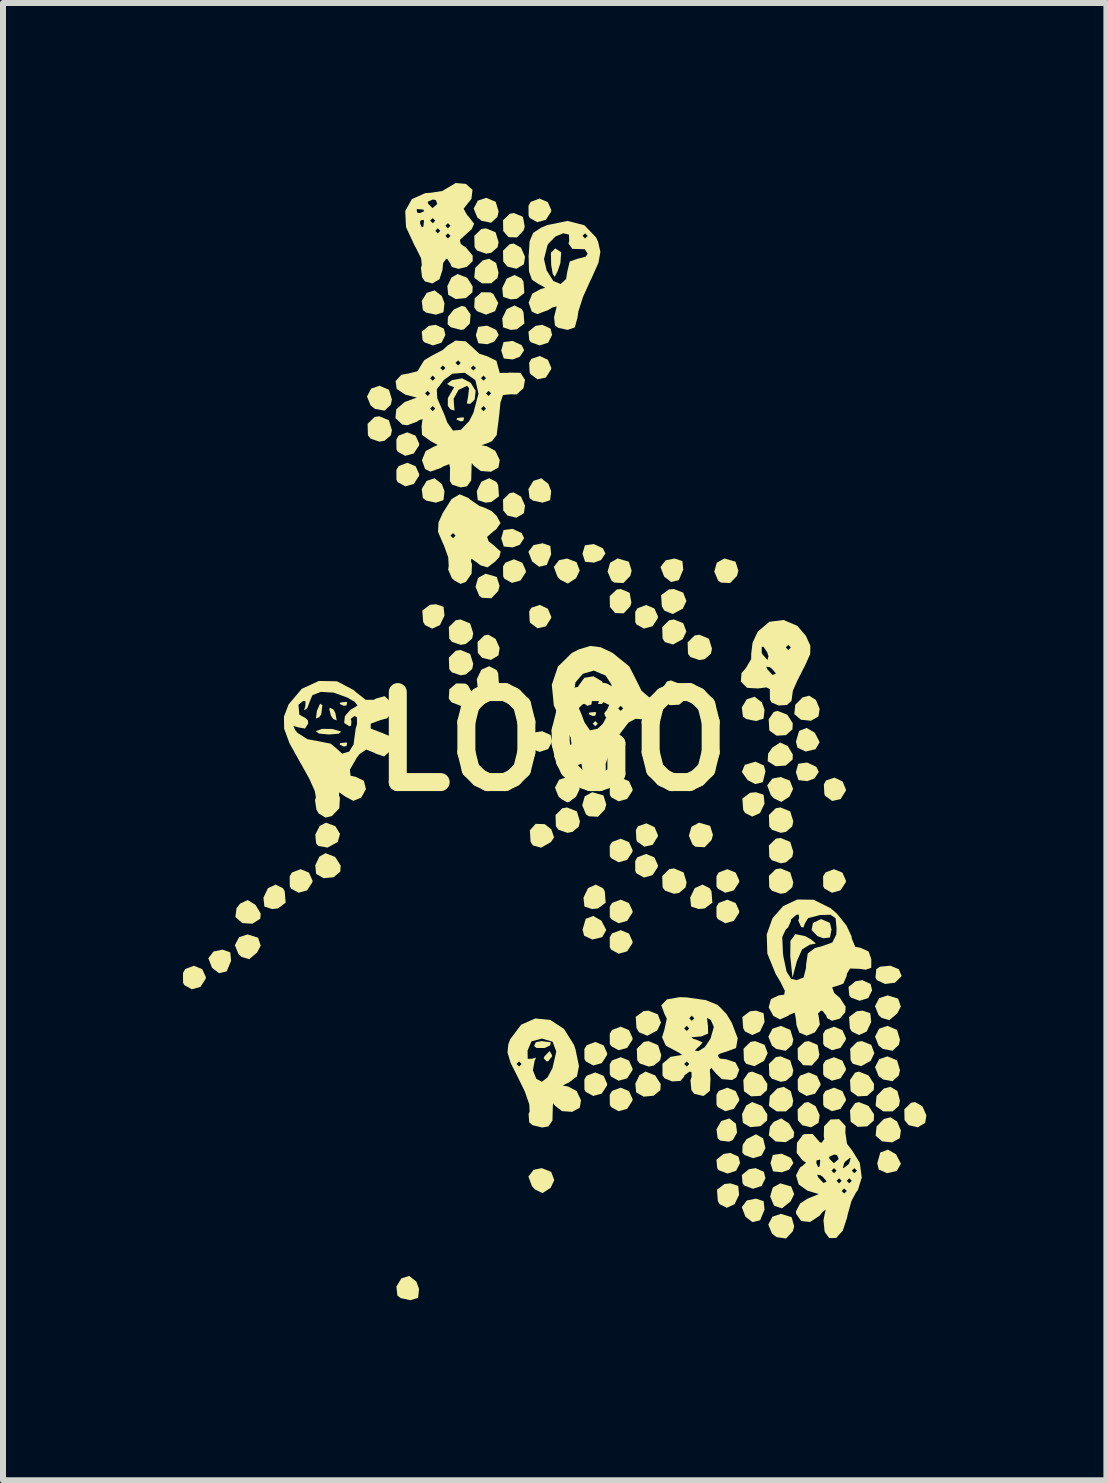
<source format=kicad_pcb>
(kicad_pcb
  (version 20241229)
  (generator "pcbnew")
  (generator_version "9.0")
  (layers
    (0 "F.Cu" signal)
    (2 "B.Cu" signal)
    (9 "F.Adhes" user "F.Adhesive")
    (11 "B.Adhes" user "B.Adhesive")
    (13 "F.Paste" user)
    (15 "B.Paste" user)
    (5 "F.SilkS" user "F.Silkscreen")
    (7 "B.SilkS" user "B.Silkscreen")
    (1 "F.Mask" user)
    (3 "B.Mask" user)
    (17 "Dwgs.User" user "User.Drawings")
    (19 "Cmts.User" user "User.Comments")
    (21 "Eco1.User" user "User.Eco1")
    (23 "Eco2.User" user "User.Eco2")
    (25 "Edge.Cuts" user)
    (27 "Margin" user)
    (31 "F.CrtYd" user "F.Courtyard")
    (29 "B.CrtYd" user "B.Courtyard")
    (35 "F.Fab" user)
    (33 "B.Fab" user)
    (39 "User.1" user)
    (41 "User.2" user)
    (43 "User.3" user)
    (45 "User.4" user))
  (footprint "LOGO"
    (layer "F.Cu")
    (at 6.151 9.306)
    (property "Reference" "LOGO" (at 0 0 0) (layer "F.SilkS") (effects (font (size 1.5 1.5) (thickness 0.3))))
    (attr board_only exclude_from_pos_files exclude_from_bom)
    (fp_poly (pts (xy 0.762 -0.296) (xy 0.72 -0.254) (xy 0.677 -0.296) (xy 0.72 -0.339)) (stroke (width 0) (type solid)) (fill yes) (layer "F.SilkS"))
    (fp_poly (pts (xy -3.415 -0.649) (xy -3.427 -0.599) (xy -3.471 -0.593) (xy -3.541 -0.624) (xy -3.528 -0.649) (xy -3.427 -0.659)) (stroke (width 0) (type solid)) (fill yes) (layer "F.SilkS"))
    (fp_poly (pts (xy -3.415 0.028) (xy -3.427 0.079) (xy -3.471 0.085) (xy -3.541 0.054) (xy -3.528 0.028) (xy -3.427 0.018)) (stroke (width 0) (type solid)) (fill yes) (layer "F.SilkS"))
    (fp_poly (pts (xy -1.468 -5.39) (xy -1.479 -5.34) (xy -1.524 -5.334) (xy -1.594 -5.365) (xy -1.58 -5.39) (xy -1.48 -5.401)) (stroke (width 0) (type solid)) (fill yes) (layer "F.SilkS"))
    (fp_poly (pts (xy 0.734 -0.48) (xy 0.722 -0.429) (xy 0.677 -0.423) (xy 0.608 -0.454) (xy 0.621 -0.48) (xy 0.721 -0.49)) (stroke (width 0) (type solid)) (fill yes) (layer "F.SilkS"))
    (fp_poly (pts (xy -3.828 -0.604) (xy -3.847 -0.451) (xy -3.88 -0.404) (xy -3.936 -0.382) (xy -3.92 -0.506) (xy -3.917 -0.515) (xy -3.867 -0.628)) (stroke (width 0) (type solid)) (fill yes) (layer "F.SilkS"))
    (fp_poly (pts (xy -3.643 -0.531) (xy -3.611 -0.469) (xy -3.59 -0.35) (xy -3.647 -0.373) (xy -3.686 -0.429) (xy -3.713 -0.54) (xy -3.702 -0.56)) (stroke (width 0) (type solid)) (fill yes) (layer "F.SilkS"))
    (fp_poly (pts (xy -0.022 5.014) (xy -0.031 5.065) (xy -0.124 5.11) (xy -0.261 5.109) (xy -0.299 5.076) (xy -0.271 5.013) (xy -0.174 4.995)) (stroke (width 0) (type solid)) (fill yes) (layer "F.SilkS"))
    (fp_poly (pts (xy -5.364 3.515) (xy -5.349 3.655) (xy -5.423 3.833) (xy -5.55 3.863) (xy -5.667 3.774) (xy -5.729 3.614) (xy -5.643 3.502) (xy -5.492 3.471)) (stroke (width 0) (type solid)) (fill yes) (layer "F.SilkS"))
    (fp_poly (pts (xy -0.03 -3.259) (xy -0.015 -3.118) (xy -0.089 -2.941) (xy -0.216 -2.91) (xy -0.333 -2.999) (xy -0.395 -3.16) (xy -0.309 -3.272) (xy -0.158 -3.302)) (stroke (width 0) (type solid)) (fill yes) (layer "F.SilkS"))
    (fp_poly (pts (xy -0.001 5.23) (xy 0 5.249) (xy -0.065 5.331) (xy -0.09 5.334) (xy -0.14 5.282) (xy -0.127 5.249) (xy -0.051 5.169) (xy -0.037 5.165)) (stroke (width 0) (type solid)) (fill yes) (layer "F.SilkS"))
    (fp_poly (pts (xy 0.822 2.988) (xy 0.903 3.144) (xy 0.835 3.263) (xy 0.672 3.302) (xy 0.534 3.239) (xy 0.508 3.138) (xy 0.56 2.957) (xy 0.686 2.909)) (stroke (width 0) (type solid)) (fill yes) (layer "F.SilkS"))
    (fp_poly (pts (xy 2.172 -3.005) (xy 2.186 -2.864) (xy 2.112 -2.687) (xy 1.985 -2.656) (xy 1.868 -2.745) (xy 1.806 -2.906) (xy 1.892 -3.018) (xy 2.043 -3.048)) (stroke (width 0) (type solid)) (fill yes) (layer "F.SilkS"))
    (fp_poly (pts (xy 3.526 7.663) (xy 3.541 7.804) (xy 3.467 7.981) (xy 3.34 8.012) (xy 3.223 7.923) (xy 3.161 7.762) (xy 3.247 7.65) (xy 3.398 7.62)) (stroke (width 0) (type solid)) (fill yes) (layer "F.SilkS"))
    (fp_poly (pts (xy 4.378 -0.145) (xy 4.459 0.012) (xy 4.391 0.13) (xy 4.228 0.169) (xy 4.09 0.106) (xy 4.064 0.005) (xy 4.116 -0.175) (xy 4.242 -0.224)) (stroke (width 0) (type solid)) (fill yes) (layer "F.SilkS"))
    (fp_poly (pts (xy 5.733 6.882) (xy 5.814 7.039) (xy 5.745 7.158) (xy 5.583 7.197) (xy 5.444 7.134) (xy 5.419 7.032) (xy 5.47 6.852) (xy 5.597 6.803)) (stroke (width 0) (type solid)) (fill yes) (layer "F.SilkS"))
    (fp_poly (pts (xy -4.901 3.271) (xy -4.856 3.402) (xy -4.914 3.517) (xy -5.048 3.63) (xy -5.175 3.592) (xy -5.226 3.546) (xy -5.287 3.396) (xy -5.217 3.264) (xy -5.076 3.217)) (stroke (width 0) (type solid)) (fill yes) (layer "F.SilkS"))
    (fp_poly (pts (xy -4.485 2.447) (xy -4.455 2.501) (xy -4.441 2.688) (xy -4.568 2.784) (xy -4.668 2.794) (xy -4.795 2.752) (xy -4.811 2.604) (xy -4.735 2.446) (xy -4.606 2.387)) (stroke (width 0) (type solid)) (fill yes) (layer "F.SilkS"))
    (fp_poly (pts (xy -3.615 1.926) (xy -3.524 2.069) (xy -3.529 2.169) (xy -3.64 2.264) (xy -3.807 2.28) (xy -3.932 2.209) (xy -3.947 2.064) (xy -3.877 1.919) (xy -3.776 1.863)) (stroke (width 0) (type solid)) (fill yes) (layer "F.SilkS"))
    (fp_poly (pts (xy -2.718 -5.86) (xy -2.669 -5.696) (xy -2.689 -5.609) (xy -2.794 -5.512) (xy -2.952 -5.542) (xy -3.024 -5.598) (xy -3.085 -5.748) (xy -3.015 -5.88) (xy -2.877 -5.927)) (stroke (width 0) (type solid)) (fill yes) (layer "F.SilkS"))
    (fp_poly (pts (xy -2.262 9.003) (xy -2.217 9.124) (xy -2.233 9.273) (xy -2.36 9.313) (xy -2.522 9.279) (xy -2.578 9.236) (xy -2.595 9.086) (xy -2.513 8.95) (xy -2.381 8.908)) (stroke (width 0) (type solid)) (fill yes) (layer "F.SilkS"))
    (fp_poly (pts (xy -1.838 -7.423) (xy -1.793 -7.302) (xy -1.81 -7.152) (xy -1.936 -7.112) (xy -2.099 -7.146) (xy -2.154 -7.189) (xy -2.172 -7.34) (xy -2.09 -7.475) (xy -1.958 -7.517)) (stroke (width 0) (type solid)) (fill yes) (layer "F.SilkS"))
    (fp_poly (pts (xy -1.838 -4.29) (xy -1.793 -4.169) (xy -1.81 -4.02) (xy -1.936 -3.979) (xy -2.099 -4.013) (xy -2.154 -4.056) (xy -2.172 -4.207) (xy -2.09 -4.342) (xy -1.958 -4.385)) (stroke (width 0) (type solid)) (fill yes) (layer "F.SilkS"))
    (fp_poly (pts (xy -1.809 -2.244) (xy -1.793 -2.096) (xy -1.869 -1.938) (xy -1.998 -1.879) (xy -2.119 -1.939) (xy -2.149 -1.993) (xy -2.163 -2.18) (xy -2.036 -2.276) (xy -1.936 -2.286)) (stroke (width 0) (type solid)) (fill yes) (layer "F.SilkS"))
    (fp_poly (pts (xy -1.804 -6.88) (xy -1.778 -6.773) (xy -1.843 -6.645) (xy -1.986 -6.599) (xy -2.129 -6.651) (xy -2.159 -6.689) (xy -2.172 -6.829) (xy -2.054 -6.925) (xy -1.942 -6.943)) (stroke (width 0) (type solid)) (fill yes) (layer "F.SilkS"))
    (fp_poly (pts (xy -1.446 -0.964) (xy -1.402 -0.936) (xy -1.321 -0.788) (xy -1.372 -0.65) (xy -1.524 -0.593) (xy -1.677 -0.652) (xy -1.722 -0.713) (xy -1.712 -0.868) (xy -1.599 -0.966)) (stroke (width 0) (type solid)) (fill yes) (layer "F.SilkS"))
    (fp_poly (pts (xy -1.414 -7.726) (xy -1.323 -7.583) (xy -1.328 -7.483) (xy -1.439 -7.388) (xy -1.606 -7.372) (xy -1.731 -7.443) (xy -1.746 -7.588) (xy -1.676 -7.733) (xy -1.574 -7.789)) (stroke (width 0) (type solid)) (fill yes) (layer "F.SilkS"))
    (fp_poly (pts (xy -1.023 -7.483) (xy -0.979 -7.455) (xy -0.897 -7.307) (xy -0.949 -7.17) (xy -1.101 -7.112) (xy -1.253 -7.171) (xy -1.298 -7.233) (xy -1.289 -7.387) (xy -1.175 -7.486)) (stroke (width 0) (type solid)) (fill yes) (layer "F.SilkS"))
    (fp_poly (pts (xy -0.941 -1.708) (xy -0.874 -1.558) (xy -0.894 -1.432) (xy -1.019 -1.358) (xy -1.168 -1.393) (xy -1.238 -1.478) (xy -1.242 -1.657) (xy -1.128 -1.767) (xy -1.062 -1.778)) (stroke (width 0) (type solid)) (fill yes) (layer "F.SilkS"))
    (fp_poly (pts (xy -0.94 -8.993) (xy -0.891 -8.829) (xy -0.911 -8.742) (xy -1.016 -8.644) (xy -1.174 -8.675) (xy -1.246 -8.731) (xy -1.307 -8.881) (xy -1.237 -9.013) (xy -1.099 -9.059)) (stroke (width 0) (type solid)) (fill yes) (layer "F.SilkS"))
    (fp_poly (pts (xy -0.929 -4.326) (xy -0.899 -4.272) (xy -0.885 -4.085) (xy -1.012 -3.99) (xy -1.112 -3.979) (xy -1.239 -4.022) (xy -1.255 -4.169) (xy -1.179 -4.328) (xy -1.05 -4.386)) (stroke (width 0) (type solid)) (fill yes) (layer "F.SilkS"))
    (fp_poly (pts (xy -0.929 -1.193) (xy -0.899 -1.14) (xy -0.885 -0.953) (xy -1.012 -0.857) (xy -1.112 -0.847) (xy -1.239 -0.889) (xy -1.255 -1.036) (xy -1.179 -1.195) (xy -1.05 -1.253)) (stroke (width 0) (type solid)) (fill yes) (layer "F.SilkS"))
    (fp_poly (pts (xy -0.518 -8.228) (xy -0.451 -8.077) (xy -0.47 -7.951) (xy -0.596 -7.877) (xy -0.745 -7.913) (xy -0.814 -7.997) (xy -0.818 -8.177) (xy -0.705 -8.287) (xy -0.639 -8.297)) (stroke (width 0) (type solid)) (fill yes) (layer "F.SilkS"))
    (fp_poly (pts (xy -0.518 -4.079) (xy -0.451 -3.929) (xy -0.47 -3.802) (xy -0.596 -3.728) (xy -0.745 -3.764) (xy -0.814 -3.848) (xy -0.818 -4.028) (xy -0.705 -4.138) (xy -0.639 -4.149)) (stroke (width 0) (type solid)) (fill yes) (layer "F.SilkS"))
    (fp_poly (pts (xy -0.506 -7.713) (xy -0.476 -7.659) (xy -0.462 -7.472) (xy -0.588 -7.376) (xy -0.688 -7.366) (xy -0.816 -7.408) (xy -0.831 -7.556) (xy -0.755 -7.714) (xy -0.626 -7.773)) (stroke (width 0) (type solid)) (fill yes) (layer "F.SilkS"))
    (fp_poly (pts (xy -0.506 -7.205) (xy -0.476 -7.151) (xy -0.462 -6.964) (xy -0.588 -6.868) (xy -0.688 -6.858) (xy -0.816 -6.9) (xy -0.831 -7.048) (xy -0.755 -7.206) (xy -0.626 -7.265)) (stroke (width 0) (type solid)) (fill yes) (layer "F.SilkS"))
    (fp_poly (pts (xy -0.486 -8.743) (xy -0.456 -8.581) (xy -0.474 -8.517) (xy -0.585 -8.399) (xy -0.727 -8.404) (xy -0.814 -8.505) (xy -0.818 -8.686) (xy -0.702 -8.795) (xy -0.635 -8.805)) (stroke (width 0) (type solid)) (fill yes) (layer "F.SilkS"))
    (fp_poly (pts (xy -0.122 1.379) (xy -0.012 1.467) (xy 0.033 1.6) (xy -0.019 1.678) (xy -0.183 1.771) (xy -0.32 1.734) (xy -0.359 1.672) (xy -0.37 1.482) (xy -0.274 1.374)) (stroke (width 0) (type solid)) (fill yes) (layer "F.SilkS"))
    (fp_poly (pts (xy -0.06 -4.29) (xy -0.015 -4.169) (xy -0.032 -4.02) (xy -0.158 -3.979) (xy -0.321 -4.013) (xy -0.376 -4.056) (xy -0.394 -4.207) (xy -0.312 -4.342) (xy -0.18 -4.385)) (stroke (width 0) (type solid)) (fill yes) (layer "F.SilkS"))
    (fp_poly (pts (xy -0.026 -6.88) (xy 0 -6.773) (xy -0.065 -6.645) (xy -0.208 -6.599) (xy -0.351 -6.651) (xy -0.381 -6.689) (xy -0.394 -6.829) (xy -0.276 -6.925) (xy -0.164 -6.943)) (stroke (width 0) (type solid)) (fill yes) (layer "F.SilkS"))
    (fp_poly (pts (xy -0.026 -0.107) (xy 0 0) (xy -0.065 0.128) (xy -0.208 0.175) (xy -0.351 0.122) (xy -0.381 0.085) (xy -0.394 -0.056) (xy -0.276 -0.152) (xy -0.164 -0.169)) (stroke (width 0) (type solid)) (fill yes) (layer "F.SilkS"))
    (fp_poly (pts (xy -0.016 7.173) (xy 0.037 7.312) (xy -0.024 7.44) (xy -0.16 7.529) (xy -0.286 7.467) (xy -0.336 7.412) (xy -0.395 7.252) (xy -0.308 7.14) (xy -0.173 7.112)) (stroke (width 0) (type solid)) (fill yes) (layer "F.SilkS"))
    (fp_poly (pts (xy 0.152 -8.152) (xy 0.138 -7.969) (xy 0.091 -7.832) (xy 0.044 -7.741) (xy 0.011 -7.789) (xy -0.015 -7.938) (xy -0.02 -8.143) (xy 0.05 -8.212) (xy 0.057 -8.213)) (stroke (width 0) (type solid)) (fill yes) (layer "F.SilkS"))
    (fp_poly (pts (xy 0.407 -2.987) (xy 0.461 -2.848) (xy 0.4 -2.72) (xy 0.263 -2.631) (xy 0.138 -2.693) (xy 0.088 -2.748) (xy 0.029 -2.908) (xy 0.115 -3.02) (xy 0.25 -3.048)) (stroke (width 0) (type solid)) (fill yes) (layer "F.SilkS"))
    (fp_poly (pts (xy 0.849 2.447) (xy 0.879 2.501) (xy 0.893 2.688) (xy 0.766 2.784) (xy 0.666 2.794) (xy 0.539 2.752) (xy 0.523 2.604) (xy 0.599 2.446) (xy 0.728 2.387)) (stroke (width 0) (type solid)) (fill yes) (layer "F.SilkS"))
    (fp_poly (pts (xy 1.292 -2.477) (xy 1.322 -2.316) (xy 1.304 -2.251) (xy 1.193 -2.134) (xy 1.051 -2.139) (xy 0.964 -2.24) (xy 0.96 -2.42) (xy 1.076 -2.53) (xy 1.143 -2.54)) (stroke (width 0) (type solid)) (fill yes) (layer "F.SilkS"))
    (fp_poly (pts (xy 1.719 5.567) (xy 1.81 5.71) (xy 1.805 5.81) (xy 1.694 5.905) (xy 1.527 5.921) (xy 1.402 5.85) (xy 1.387 5.705) (xy 1.457 5.56) (xy 1.558 5.503)) (stroke (width 0) (type solid)) (fill yes) (layer "F.SilkS"))
    (fp_poly (pts (xy 1.762 4.549) (xy 1.815 4.687) (xy 1.754 4.816) (xy 1.587 4.906) (xy 1.447 4.847) (xy 1.406 4.776) (xy 1.394 4.59) (xy 1.522 4.496) (xy 1.605 4.487)) (stroke (width 0) (type solid)) (fill yes) (layer "F.SilkS"))
    (fp_poly (pts (xy 2.185 -2.479) (xy 2.239 -2.34) (xy 2.178 -2.212) (xy 2.01 -2.122) (xy 1.87 -2.18) (xy 1.829 -2.251) (xy 1.817 -2.437) (xy 1.946 -2.532) (xy 2.028 -2.54)) (stroke (width 0) (type solid)) (fill yes) (layer "F.SilkS"))
    (fp_poly (pts (xy 2.186 -1.97) (xy 2.238 -1.831) (xy 2.178 -1.704) (xy 2.016 -1.615) (xy 1.879 -1.655) (xy 1.842 -1.714) (xy 1.835 -1.905) (xy 1.951 -2.019) (xy 2.03 -2.032)) (stroke (width 0) (type solid)) (fill yes) (layer "F.SilkS"))
    (fp_poly (pts (xy 2.627 2.447) (xy 2.657 2.501) (xy 2.671 2.688) (xy 2.544 2.784) (xy 2.444 2.794) (xy 2.317 2.752) (xy 2.301 2.604) (xy 2.377 2.446) (xy 2.506 2.387)) (stroke (width 0) (type solid)) (fill yes) (layer "F.SilkS"))
    (fp_poly (pts (xy 3.064 6.371) (xy 3.083 6.519) (xy 3.012 6.644) (xy 2.95 6.671) (xy 2.802 6.653) (xy 2.759 6.616) (xy 2.74 6.463) (xy 2.819 6.327) (xy 2.953 6.284)) (stroke (width 0) (type solid)) (fill yes) (layer "F.SilkS"))
    (fp_poly (pts (xy 3.102 7.408) (xy 3.117 7.556) (xy 3.041 7.714) (xy 2.912 7.773) (xy 2.792 7.713) (xy 2.762 7.659) (xy 2.748 7.472) (xy 2.874 7.376) (xy 2.974 7.366)) (stroke (width 0) (type solid)) (fill yes) (layer "F.SilkS"))
    (fp_poly (pts (xy 3.106 6.92) (xy 3.133 7.027) (xy 3.067 7.156) (xy 2.924 7.202) (xy 2.782 7.149) (xy 2.752 7.112) (xy 2.739 6.972) (xy 2.857 6.876) (xy 2.968 6.858)) (stroke (width 0) (type solid)) (fill yes) (layer "F.SilkS"))
    (fp_poly (pts (xy 3.496 -0.649) (xy 3.541 -0.528) (xy 3.524 -0.379) (xy 3.398 -0.339) (xy 3.235 -0.373) (xy 3.18 -0.416) (xy 3.162 -0.566) (xy 3.244 -0.702) (xy 3.376 -0.744)) (stroke (width 0) (type solid)) (fill yes) (layer "F.SilkS"))
    (fp_poly (pts (xy 3.497 6.075) (xy 3.588 6.218) (xy 3.583 6.318) (xy 3.472 6.413) (xy 3.305 6.429) (xy 3.18 6.358) (xy 3.165 6.213) (xy 3.235 6.068) (xy 3.336 6.011)) (stroke (width 0) (type solid)) (fill yes) (layer "F.SilkS"))
    (fp_poly (pts (xy 3.517 6.616) (xy 3.556 6.778) (xy 3.491 6.904) (xy 3.349 6.946) (xy 3.205 6.892) (xy 3.17 6.85) (xy 3.176 6.724) (xy 3.242 6.628) (xy 3.398 6.548)) (stroke (width 0) (type solid)) (fill yes) (layer "F.SilkS"))
    (fp_poly (pts (xy 3.525 0.889) (xy 3.541 1.036) (xy 3.465 1.195) (xy 3.336 1.253) (xy 3.215 1.193) (xy 3.185 1.14) (xy 3.171 0.953) (xy 3.298 0.857) (xy 3.398 0.847)) (stroke (width 0) (type solid)) (fill yes) (layer "F.SilkS"))
    (fp_poly (pts (xy 3.525 4.53) (xy 3.541 4.677) (xy 3.465 4.836) (xy 3.336 4.894) (xy 3.215 4.834) (xy 3.185 4.78) (xy 3.171 4.593) (xy 3.298 4.498) (xy 3.398 4.487)) (stroke (width 0) (type solid)) (fill yes) (layer "F.SilkS"))
    (fp_poly (pts (xy 3.53 7.174) (xy 3.556 7.281) (xy 3.491 7.41) (xy 3.348 7.456) (xy 3.205 7.403) (xy 3.175 7.366) (xy 3.162 7.226) (xy 3.28 7.13) (xy 3.392 7.112)) (stroke (width 0) (type solid)) (fill yes) (layer "F.SilkS"))
    (fp_poly (pts (xy 3.53 0.402) (xy 3.556 0.503) (xy 3.511 0.681) (xy 3.385 0.711) (xy 3.259 0.645) (xy 3.162 0.509) (xy 3.211 0.391) (xy 3.385 0.339) (xy 3.392 0.339)) (stroke (width 0) (type solid)) (fill yes) (layer "F.SilkS"))
    (fp_poly (pts (xy 3.541 5.057) (xy 3.593 5.196) (xy 3.532 5.324) (xy 3.371 5.413) (xy 3.234 5.373) (xy 3.197 5.313) (xy 3.19 5.122) (xy 3.306 5.008) (xy 3.385 4.995)) (stroke (width 0) (type solid)) (fill yes) (layer "F.SilkS"))
    (fp_poly (pts (xy 3.963 0.654) (xy 4.017 0.792) (xy 3.956 0.921) (xy 3.819 1.009) (xy 3.694 0.948) (xy 3.644 0.893) (xy 3.585 0.733) (xy 3.671 0.62) (xy 3.806 0.593)) (stroke (width 0) (type solid)) (fill yes) (layer "F.SilkS"))
    (fp_poly (pts (xy 3.971 4.808) (xy 4.02 4.972) (xy 4 5.059) (xy 3.895 5.156) (xy 3.737 5.126) (xy 3.664 5.07) (xy 3.604 4.92) (xy 3.673 4.788) (xy 3.812 4.741)) (stroke (width 0) (type solid)) (fill yes) (layer "F.SilkS"))
    (fp_poly (pts (xy 3.992 7.929) (xy 4.035 8.083) (xy 4.013 8.163) (xy 3.899 8.285) (xy 3.738 8.261) (xy 3.664 8.202) (xy 3.603 8.052) (xy 3.673 7.921) (xy 3.814 7.874)) (stroke (width 0) (type solid)) (fill yes) (layer "F.SilkS"))
    (fp_poly (pts (xy 4.393 6.081) (xy 4.46 6.231) (xy 4.44 6.358) (xy 4.315 6.432) (xy 4.166 6.396) (xy 4.096 6.312) (xy 4.092 6.132) (xy 4.206 6.022) (xy 4.272 6.011)) (stroke (width 0) (type solid)) (fill yes) (layer "F.SilkS"))
    (fp_poly (pts (xy 4.396 -0.692) (xy 4.459 -0.543) (xy 4.44 -0.416) (xy 4.314 -0.344) (xy 4.147 -0.361) (xy 4.037 -0.455) (xy 4.053 -0.611) (xy 4.176 -0.734) (xy 4.284 -0.762)) (stroke (width 0) (type solid)) (fill yes) (layer "F.SilkS"))
    (fp_poly (pts (xy 4.425 5.058) (xy 4.455 5.22) (xy 4.436 5.284) (xy 4.326 5.402) (xy 4.183 5.396) (xy 4.096 5.296) (xy 4.093 5.115) (xy 4.209 5.006) (xy 4.276 4.995)) (stroke (width 0) (type solid)) (fill yes) (layer "F.SilkS"))
    (fp_poly (pts (xy 4.629 3.023) (xy 4.657 3.133) (xy 4.631 3.268) (xy 4.525 3.281) (xy 4.424 3.246) (xy 4.324 3.144) (xy 4.348 3.025) (xy 4.479 2.963) (xy 4.487 2.963)) (stroke (width 0) (type solid)) (fill yes) (layer "F.SilkS"))
    (fp_poly (pts (xy 5.303 4.53) (xy 5.319 4.677) (xy 5.243 4.836) (xy 5.114 4.894) (xy 4.993 4.834) (xy 4.963 4.78) (xy 4.949 4.593) (xy 5.076 4.498) (xy 5.176 4.487)) (stroke (width 0) (type solid)) (fill yes) (layer "F.SilkS"))
    (fp_poly (pts (xy 5.308 4.042) (xy 5.334 4.149) (xy 5.269 4.277) (xy 5.126 4.323) (xy 4.983 4.271) (xy 4.953 4.233) (xy 4.94 4.093) (xy 5.058 3.997) (xy 5.17 3.979)) (stroke (width 0) (type solid)) (fill yes) (layer "F.SilkS"))
    (fp_poly (pts (xy 5.319 5.057) (xy 5.371 5.196) (xy 5.31 5.324) (xy 5.149 5.413) (xy 5.012 5.373) (xy 4.975 5.313) (xy 4.968 5.122) (xy 5.084 5.008) (xy 5.163 4.995)) (stroke (width 0) (type solid)) (fill yes) (layer "F.SilkS"))
    (fp_poly (pts (xy 5.749 4.808) (xy 5.798 4.972) (xy 5.778 5.059) (xy 5.673 5.156) (xy 5.515 5.126) (xy 5.442 5.07) (xy 5.382 4.92) (xy 5.451 4.788) (xy 5.59 4.741)) (stroke (width 0) (type solid)) (fill yes) (layer "F.SilkS"))
    (fp_poly (pts (xy 5.749 5.316) (xy 5.798 5.48) (xy 5.778 5.567) (xy 5.673 5.664) (xy 5.515 5.634) (xy 5.442 5.578) (xy 5.382 5.428) (xy 5.451 5.296) (xy 5.59 5.249)) (stroke (width 0) (type solid)) (fill yes) (layer "F.SilkS"))
    (fp_poly (pts (xy 5.75 6.335) (xy 5.813 6.484) (xy 5.795 6.612) (xy 5.669 6.683) (xy 5.502 6.666) (xy 5.392 6.572) (xy 5.408 6.416) (xy 5.53 6.293) (xy 5.638 6.265)) (stroke (width 0) (type solid)) (fill yes) (layer "F.SilkS"))
    (fp_poly (pts (xy 5.767 4.287) (xy 5.812 4.418) (xy 5.754 4.533) (xy 5.62 4.646) (xy 5.493 4.608) (xy 5.442 4.562) (xy 5.381 4.412) (xy 5.451 4.28) (xy 5.592 4.233)) (stroke (width 0) (type solid)) (fill yes) (layer "F.SilkS"))
    (fp_poly (pts (xy 6.171 6.081) (xy 6.238 6.231) (xy 6.218 6.358) (xy 6.093 6.432) (xy 5.944 6.396) (xy 5.874 6.312) (xy 5.87 6.132) (xy 5.984 6.022) (xy 6.05 6.011)) (stroke (width 0) (type solid)) (fill yes) (layer "F.SilkS"))
    (fp_poly (pts (xy -5.83 3.796) (xy -5.77 3.929) (xy -5.773 3.957) (xy -5.861 4.092) (xy -6.004 4.131) (xy -6.129 4.062) (xy -6.15 4.022) (xy -6.151 3.857) (xy -6.113 3.793) (xy -5.969 3.739)) (stroke (width 0) (type solid)) (fill yes) (layer "F.SilkS"))
    (fp_poly (pts (xy -4.052 2.187) (xy -3.992 2.32) (xy -3.995 2.348) (xy -4.083 2.483) (xy -4.226 2.523) (xy -4.351 2.453) (xy -4.372 2.414) (xy -4.373 2.248) (xy -4.335 2.184) (xy -4.191 2.13)) (stroke (width 0) (type solid)) (fill yes) (layer "F.SilkS"))
    (fp_poly (pts (xy -3.666 -0.207) (xy -3.53 -0.169) (xy -3.517 -0.158) (xy -3.558 -0.128) (xy -3.717 -0.115) (xy -3.722 -0.115) (xy -3.886 -0.131) (xy -3.937 -0.17) (xy -3.936 -0.171) (xy -3.834 -0.209)) (stroke (width 0) (type solid)) (fill yes) (layer "F.SilkS"))
    (fp_poly (pts (xy -3.613 1.412) (xy -3.534 1.541) (xy -3.572 1.676) (xy -3.575 1.678) (xy -3.742 1.77) (xy -3.894 1.743) (xy -3.932 1.701) (xy -3.947 1.554) (xy -3.873 1.409) (xy -3.769 1.355)) (stroke (width 0) (type solid)) (fill yes) (layer "F.SilkS"))
    (fp_poly (pts (xy -2.72 -5.352) (xy -2.669 -5.186) (xy -2.687 -5.101) (xy -2.791 -5.011) (xy -2.877 -4.995) (xy -3.026 -5.046) (xy -3.069 -5.101) (xy -3.075 -5.292) (xy -2.959 -5.406) (xy -2.881 -5.419)) (stroke (width 0) (type solid)) (fill yes) (layer "F.SilkS"))
    (fp_poly (pts (xy -2.274 -5.094) (xy -2.214 -4.961) (xy -2.217 -4.933) (xy -2.305 -4.798) (xy -2.448 -4.759) (xy -2.573 -4.828) (xy -2.594 -4.868) (xy -2.595 -5.033) (xy -2.557 -5.097) (xy -2.413 -5.151)) (stroke (width 0) (type solid)) (fill yes) (layer "F.SilkS"))
    (fp_poly (pts (xy -2.274 -4.586) (xy -2.214 -4.453) (xy -2.217 -4.425) (xy -2.305 -4.29) (xy -2.448 -4.251) (xy -2.573 -4.32) (xy -2.594 -4.36) (xy -2.595 -4.525) (xy -2.557 -4.589) (xy -2.413 -4.643)) (stroke (width 0) (type solid)) (fill yes) (layer "F.SilkS"))
    (fp_poly (pts (xy -1.447 -7.244) (xy -1.358 -7.117) (xy -1.37 -6.965) (xy -1.469 -6.866) (xy -1.519 -6.858) (xy -1.684 -6.901) (xy -1.741 -6.951) (xy -1.736 -7.075) (xy -1.637 -7.198) (xy -1.506 -7.258)) (stroke (width 0) (type solid)) (fill yes) (layer "F.SilkS"))
    (fp_poly (pts (xy -1.365 -1.965) (xy -1.314 -1.8) (xy -1.332 -1.714) (xy -1.437 -1.624) (xy -1.522 -1.609) (xy -1.671 -1.659) (xy -1.714 -1.714) (xy -1.721 -1.905) (xy -1.605 -2.019) (xy -1.526 -2.032)) (stroke (width 0) (type solid)) (fill yes) (layer "F.SilkS"))
    (fp_poly (pts (xy -1.365 -1.457) (xy -1.314 -1.292) (xy -1.332 -1.206) (xy -1.437 -1.116) (xy -1.522 -1.101) (xy -1.671 -1.151) (xy -1.714 -1.206) (xy -1.721 -1.397) (xy -1.605 -1.511) (xy -1.526 -1.524)) (stroke (width 0) (type solid)) (fill yes) (layer "F.SilkS"))
    (fp_poly (pts (xy -1.079 -6.927) (xy -0.931 -6.858) (xy -0.889 -6.773) (xy -0.961 -6.664) (xy -1.079 -6.619) (xy -1.228 -6.635) (xy -1.27 -6.766) (xy -1.27 -6.773) (xy -1.231 -6.909) (xy -1.087 -6.928)) (stroke (width 0) (type solid)) (fill yes) (layer "F.SilkS"))
    (fp_poly (pts (xy -0.942 -8.485) (xy -0.891 -8.319) (xy -0.909 -8.234) (xy -1.013 -8.144) (xy -1.099 -8.128) (xy -1.248 -8.179) (xy -1.291 -8.234) (xy -1.297 -8.425) (xy -1.181 -8.539) (xy -1.103 -8.551)) (stroke (width 0) (type solid)) (fill yes) (layer "F.SilkS"))
    (fp_poly (pts (xy -0.933 -7.974) (xy -0.892 -7.813) (xy -0.909 -7.726) (xy -1.012 -7.635) (xy -1.169 -7.633) (xy -1.288 -7.719) (xy -1.297 -7.737) (xy -1.281 -7.892) (xy -1.158 -8.015) (xy -1.05 -8.043)) (stroke (width 0) (type solid)) (fill yes) (layer "F.SilkS"))
    (fp_poly (pts (xy -0.922 -2.741) (xy -0.875 -2.591) (xy -0.898 -2.505) (xy -1.013 -2.385) (xy -1.167 -2.393) (xy -1.214 -2.427) (xy -1.276 -2.576) (xy -1.234 -2.724) (xy -1.11 -2.794) (xy -1.106 -2.794)) (stroke (width 0) (type solid)) (fill yes) (layer "F.SilkS"))
    (fp_poly (pts (xy -0.656 -6.673) (xy -0.507 -6.604) (xy -0.466 -6.519) (xy -0.538 -6.41) (xy -0.656 -6.365) (xy -0.805 -6.381) (xy -0.847 -6.512) (xy -0.847 -6.519) (xy -0.808 -6.655) (xy -0.664 -6.674)) (stroke (width 0) (type solid)) (fill yes) (layer "F.SilkS"))
    (fp_poly (pts (xy -0.656 -3.541) (xy -0.507 -3.472) (xy -0.466 -3.387) (xy -0.538 -3.277) (xy -0.656 -3.233) (xy -0.805 -3.248) (xy -0.847 -3.379) (xy -0.847 -3.387) (xy -0.808 -3.522) (xy -0.664 -3.542)) (stroke (width 0) (type solid)) (fill yes) (layer "F.SilkS"))
    (fp_poly (pts (xy -0.496 -2.977) (xy -0.436 -2.844) (xy -0.439 -2.816) (xy -0.527 -2.681) (xy -0.67 -2.642) (xy -0.795 -2.711) (xy -0.816 -2.751) (xy -0.817 -2.917) (xy -0.779 -2.98) (xy -0.635 -3.035)) (stroke (width 0) (type solid)) (fill yes) (layer "F.SilkS"))
    (fp_poly (pts (xy -0.073 -8.989) (xy -0.013 -8.856) (xy -0.016 -8.828) (xy -0.103 -8.693) (xy -0.247 -8.653) (xy -0.372 -8.723) (xy -0.392 -8.762) (xy -0.393 -8.928) (xy -0.356 -8.992) (xy -0.211 -9.046)) (stroke (width 0) (type solid)) (fill yes) (layer "F.SilkS"))
    (fp_poly (pts (xy -0.07 -6.36) (xy -0.013 -6.225) (xy -0.016 -6.203) (xy -0.103 -6.065) (xy -0.242 -6.034) (xy -0.36 -6.121) (xy -0.373 -6.148) (xy -0.382 -6.311) (xy -0.347 -6.375) (xy -0.206 -6.423)) (stroke (width 0) (type solid)) (fill yes) (layer "F.SilkS"))
    (fp_poly (pts (xy -0.07 -2.211) (xy -0.013 -2.076) (xy -0.016 -2.054) (xy -0.103 -1.917) (xy -0.242 -1.885) (xy -0.36 -1.972) (xy -0.373 -2) (xy -0.382 -2.163) (xy -0.347 -2.227) (xy -0.206 -2.275)) (stroke (width 0) (type solid)) (fill yes) (layer "F.SilkS"))
    (fp_poly (pts (xy 0.409 0.655) (xy 0.46 0.794) (xy 0.4 0.921) (xy 0.287 1.006) (xy 0.254 1.016) (xy 0.157 0.964) (xy 0.108 0.921) (xy 0.048 0.771) (xy 0.117 0.638) (xy 0.254 0.593)) (stroke (width 0) (type solid)) (fill yes) (layer "F.SilkS"))
    (fp_poly (pts (xy 0.413 1.167) (xy 0.464 1.333) (xy 0.446 1.418) (xy 0.341 1.508) (xy 0.256 1.524) (xy 0.107 1.473) (xy 0.064 1.418) (xy 0.057 1.227) (xy 0.173 1.113) (xy 0.252 1.101)) (stroke (width 0) (type solid)) (fill yes) (layer "F.SilkS"))
    (fp_poly (pts (xy 0.699 -3.287) (xy 0.847 -3.218) (xy 0.889 -3.133) (xy 0.817 -3.023) (xy 0.699 -2.979) (xy 0.55 -2.994) (xy 0.508 -3.125) (xy 0.508 -3.133) (xy 0.547 -3.268) (xy 0.691 -3.288)) (stroke (width 0) (type solid)) (fill yes) (layer "F.SilkS"))
    (fp_poly (pts (xy 0.856 0.9) (xy 0.903 1.049) (xy 0.88 1.135) (xy 0.765 1.256) (xy 0.611 1.248) (xy 0.564 1.214) (xy 0.502 1.065) (xy 0.544 0.916) (xy 0.668 0.847) (xy 0.672 0.847)) (stroke (width 0) (type solid)) (fill yes) (layer "F.SilkS"))
    (fp_poly (pts (xy 0.859 5.066) (xy 0.919 5.199) (xy 0.915 5.227) (xy 0.828 5.362) (xy 0.685 5.401) (xy 0.56 5.332) (xy 0.539 5.292) (xy 0.538 5.127) (xy 0.576 5.063) (xy 0.72 5.009)) (stroke (width 0) (type solid)) (fill yes) (layer "F.SilkS"))
    (fp_poly (pts (xy 0.859 5.574) (xy 0.919 5.707) (xy 0.915 5.735) (xy 0.828 5.87) (xy 0.685 5.909) (xy 0.56 5.84) (xy 0.539 5.8) (xy 0.538 5.635) (xy 0.576 5.571) (xy 0.72 5.517)) (stroke (width 0) (type solid)) (fill yes) (layer "F.SilkS"))
    (fp_poly (pts (xy 1.279 -2.995) (xy 1.326 -2.845) (xy 1.304 -2.759) (xy 1.189 -2.639) (xy 1.034 -2.647) (xy 0.988 -2.681) (xy 0.925 -2.83) (xy 0.967 -2.978) (xy 1.091 -3.048) (xy 1.096 -3.048)) (stroke (width 0) (type solid)) (fill yes) (layer "F.SilkS"))
    (fp_poly (pts (xy 1.282 0.663) (xy 1.342 0.796) (xy 1.339 0.824) (xy 1.251 0.959) (xy 1.108 0.999) (xy 0.983 0.929) (xy 0.962 0.89) (xy 0.961 0.724) (xy 0.999 0.66) (xy 1.143 0.606)) (stroke (width 0) (type solid)) (fill yes) (layer "F.SilkS"))
    (fp_poly (pts (xy 1.282 1.679) (xy 1.342 1.812) (xy 1.339 1.84) (xy 1.251 1.975) (xy 1.108 2.015) (xy 0.983 1.945) (xy 0.962 1.906) (xy 0.961 1.74) (xy 0.999 1.676) (xy 1.143 1.622)) (stroke (width 0) (type solid)) (fill yes) (layer "F.SilkS"))
    (fp_poly (pts (xy 1.282 2.695) (xy 1.342 2.828) (xy 1.339 2.856) (xy 1.251 2.991) (xy 1.108 3.031) (xy 0.983 2.961) (xy 0.962 2.922) (xy 0.961 2.756) (xy 0.999 2.692) (xy 1.143 2.638)) (stroke (width 0) (type solid)) (fill yes) (layer "F.SilkS"))
    (fp_poly (pts (xy 1.282 3.203) (xy 1.342 3.336) (xy 1.339 3.364) (xy 1.251 3.499) (xy 1.108 3.539) (xy 0.983 3.469) (xy 0.962 3.43) (xy 0.961 3.264) (xy 0.999 3.2) (xy 1.143 3.146)) (stroke (width 0) (type solid)) (fill yes) (layer "F.SilkS"))
    (fp_poly (pts (xy 1.282 4.812) (xy 1.342 4.945) (xy 1.339 4.973) (xy 1.251 5.108) (xy 1.108 5.147) (xy 0.983 5.078) (xy 0.962 5.038) (xy 0.961 4.873) (xy 0.999 4.809) (xy 1.143 4.755)) (stroke (width 0) (type solid)) (fill yes) (layer "F.SilkS"))
    (fp_poly (pts (xy 1.282 5.32) (xy 1.342 5.453) (xy 1.339 5.481) (xy 1.251 5.616) (xy 1.108 5.655) (xy 0.983 5.586) (xy 0.962 5.546) (xy 0.961 5.381) (xy 0.999 5.317) (xy 1.143 5.263)) (stroke (width 0) (type solid)) (fill yes) (layer "F.SilkS"))
    (fp_poly (pts (xy 1.282 5.828) (xy 1.342 5.961) (xy 1.339 5.989) (xy 1.251 6.124) (xy 1.108 6.163) (xy 0.983 6.094) (xy 0.962 6.054) (xy 0.961 5.889) (xy 0.999 5.825) (xy 1.143 5.771)) (stroke (width 0) (type solid)) (fill yes) (layer "F.SilkS"))
    (fp_poly (pts (xy 1.705 -2.215) (xy 1.765 -2.082) (xy 1.762 -2.054) (xy 1.675 -1.919) (xy 1.531 -1.88) (xy 1.406 -1.949) (xy 1.386 -1.989) (xy 1.385 -2.155) (xy 1.422 -2.218) (xy 1.567 -2.273)) (stroke (width 0) (type solid)) (fill yes) (layer "F.SilkS"))
    (fp_poly (pts (xy 1.705 1.933) (xy 1.765 2.066) (xy 1.762 2.094) (xy 1.675 2.229) (xy 1.531 2.269) (xy 1.406 2.199) (xy 1.386 2.16) (xy 1.385 1.994) (xy 1.422 1.93) (xy 1.567 1.876)) (stroke (width 0) (type solid)) (fill yes) (layer "F.SilkS"))
    (fp_poly (pts (xy 1.708 1.429) (xy 1.765 1.565) (xy 1.762 1.586) (xy 1.675 1.724) (xy 1.536 1.755) (xy 1.418 1.669) (xy 1.405 1.641) (xy 1.396 1.478) (xy 1.431 1.414) (xy 1.572 1.366)) (stroke (width 0) (type solid)) (fill yes) (layer "F.SilkS"))
    (fp_poly (pts (xy 1.767 5.062) (xy 1.819 5.228) (xy 1.801 5.313) (xy 1.696 5.403) (xy 1.611 5.419) (xy 1.461 5.368) (xy 1.419 5.313) (xy 1.412 5.122) (xy 1.528 5.008) (xy 1.607 4.995)) (stroke (width 0) (type solid)) (fill yes) (layer "F.SilkS"))
    (fp_poly (pts (xy 2.142 -0.953) (xy 2.233 -0.81) (xy 2.228 -0.709) (xy 2.12 -0.612) (xy 1.963 -0.603) (xy 1.848 -0.685) (xy 1.842 -0.699) (xy 1.832 -0.877) (xy 1.916 -0.999) (xy 1.98 -1.016)) (stroke (width 0) (type solid)) (fill yes) (layer "F.SilkS"))
    (fp_poly (pts (xy 2.191 2.183) (xy 2.242 2.349) (xy 2.224 2.434) (xy 2.119 2.524) (xy 2.034 2.54) (xy 1.885 2.489) (xy 1.842 2.434) (xy 1.835 2.243) (xy 1.951 2.129) (xy 2.03 2.117)) (stroke (width 0) (type solid)) (fill yes) (layer "F.SilkS"))
    (fp_poly (pts (xy 2.614 -1.711) (xy 2.665 -1.546) (xy 2.647 -1.46) (xy 2.543 -1.37) (xy 2.457 -1.355) (xy 2.308 -1.405) (xy 2.265 -1.46) (xy 2.259 -1.651) (xy 2.375 -1.765) (xy 2.453 -1.778)) (stroke (width 0) (type solid)) (fill yes) (layer "F.SilkS"))
    (fp_poly (pts (xy 2.634 1.408) (xy 2.681 1.557) (xy 2.658 1.643) (xy 2.543 1.764) (xy 2.389 1.756) (xy 2.342 1.722) (xy 2.28 1.573) (xy 2.322 1.424) (xy 2.446 1.355) (xy 2.45 1.355)) (stroke (width 0) (type solid)) (fill yes) (layer "F.SilkS"))
    (fp_poly (pts (xy 3.057 -2.995) (xy 3.104 -2.845) (xy 3.082 -2.759) (xy 2.967 -2.639) (xy 2.812 -2.647) (xy 2.766 -2.681) (xy 2.703 -2.83) (xy 2.745 -2.978) (xy 2.869 -3.048) (xy 2.874 -3.048)) (stroke (width 0) (type solid)) (fill yes) (layer "F.SilkS"))
    (fp_poly (pts (xy 3.06 2.187) (xy 3.12 2.32) (xy 3.117 2.348) (xy 3.029 2.483) (xy 2.886 2.523) (xy 2.761 2.453) (xy 2.74 2.414) (xy 2.739 2.248) (xy 2.777 2.184) (xy 2.921 2.13)) (stroke (width 0) (type solid)) (fill yes) (layer "F.SilkS"))
    (fp_poly (pts (xy 3.06 2.695) (xy 3.12 2.828) (xy 3.117 2.856) (xy 3.029 2.991) (xy 2.886 3.031) (xy 2.761 2.961) (xy 2.74 2.922) (xy 2.739 2.756) (xy 2.777 2.692) (xy 2.921 2.638)) (stroke (width 0) (type solid)) (fill yes) (layer "F.SilkS"))
    (fp_poly (pts (xy 3.06 5.828) (xy 3.12 5.961) (xy 3.117 5.989) (xy 3.029 6.124) (xy 2.886 6.163) (xy 2.761 6.094) (xy 2.74 6.054) (xy 2.739 5.889) (xy 2.777 5.825) (xy 2.921 5.771)) (stroke (width 0) (type solid)) (fill yes) (layer "F.SilkS"))
    (fp_poly (pts (xy 3.496 5.567) (xy 3.588 5.709) (xy 3.583 5.81) (xy 3.474 5.908) (xy 3.317 5.916) (xy 3.202 5.834) (xy 3.197 5.821) (xy 3.187 5.643) (xy 3.27 5.521) (xy 3.334 5.503)) (stroke (width 0) (type solid)) (fill yes) (layer "F.SilkS"))
    (fp_poly (pts (xy 3.831 6.873) (xy 3.98 6.942) (xy 4.022 7.027) (xy 3.95 7.137) (xy 3.831 7.181) (xy 3.683 7.166) (xy 3.641 7.035) (xy 3.641 7.027) (xy 3.679 6.892) (xy 3.823 6.872)) (stroke (width 0) (type solid)) (fill yes) (layer "F.SilkS"))
    (fp_poly (pts (xy 3.92 -0.445) (xy 4.011 -0.302) (xy 4.006 -0.201) (xy 3.898 -0.104) (xy 3.741 -0.095) (xy 3.626 -0.177) (xy 3.62 -0.191) (xy 3.61 -0.369) (xy 3.694 -0.491) (xy 3.758 -0.508)) (stroke (width 0) (type solid)) (fill yes) (layer "F.SilkS"))
    (fp_poly (pts (xy 3.969 1.167) (xy 4.02 1.333) (xy 4.002 1.418) (xy 3.897 1.508) (xy 3.812 1.524) (xy 3.663 1.473) (xy 3.62 1.418) (xy 3.613 1.227) (xy 3.729 1.113) (xy 3.808 1.101)) (stroke (width 0) (type solid)) (fill yes) (layer "F.SilkS"))
    (fp_poly (pts (xy 3.969 1.675) (xy 4.02 1.841) (xy 4.002 1.926) (xy 3.897 2.016) (xy 3.812 2.032) (xy 3.663 1.981) (xy 3.62 1.926) (xy 3.613 1.735) (xy 3.729 1.621) (xy 3.808 1.609)) (stroke (width 0) (type solid)) (fill yes) (layer "F.SilkS"))
    (fp_poly (pts (xy 3.969 2.183) (xy 4.02 2.349) (xy 4.002 2.434) (xy 3.897 2.524) (xy 3.812 2.54) (xy 3.663 2.489) (xy 3.62 2.434) (xy 3.613 2.243) (xy 3.729 2.129) (xy 3.808 2.117)) (stroke (width 0) (type solid)) (fill yes) (layer "F.SilkS"))
    (fp_poly (pts (xy 3.969 5.316) (xy 4.02 5.482) (xy 4.002 5.567) (xy 3.897 5.657) (xy 3.812 5.673) (xy 3.663 5.622) (xy 3.62 5.567) (xy 3.613 5.376) (xy 3.729 5.262) (xy 3.808 5.249)) (stroke (width 0) (type solid)) (fill yes) (layer "F.SilkS"))
    (fp_poly (pts (xy 3.977 5.827) (xy 4.019 5.987) (xy 4.002 6.075) (xy 3.898 6.166) (xy 3.742 6.167) (xy 3.622 6.082) (xy 3.614 6.064) (xy 3.63 5.908) (xy 3.752 5.785) (xy 3.86 5.757)) (stroke (width 0) (type solid)) (fill yes) (layer "F.SilkS"))
    (fp_poly (pts (xy 3.985 7.418) (xy 4.035 7.546) (xy 3.976 7.666) (xy 3.831 7.782) (xy 3.705 7.74) (xy 3.697 7.733) (xy 3.634 7.584) (xy 3.677 7.436) (xy 3.801 7.366) (xy 3.805 7.366)) (stroke (width 0) (type solid)) (fill yes) (layer "F.SilkS"))
    (fp_poly (pts (xy 4.255 0.354) (xy 4.403 0.423) (xy 4.445 0.508) (xy 4.373 0.618) (xy 4.255 0.662) (xy 4.106 0.646) (xy 4.064 0.516) (xy 4.064 0.508) (xy 4.103 0.372) (xy 4.247 0.353)) (stroke (width 0) (type solid)) (fill yes) (layer "F.SilkS"))
    (fp_poly (pts (xy 4.415 5.574) (xy 4.475 5.707) (xy 4.471 5.735) (xy 4.384 5.87) (xy 4.241 5.909) (xy 4.116 5.84) (xy 4.095 5.8) (xy 4.094 5.635) (xy 4.132 5.571) (xy 4.276 5.517)) (stroke (width 0) (type solid)) (fill yes) (layer "F.SilkS"))
    (fp_poly (pts (xy 4.838 2.187) (xy 4.898 2.32) (xy 4.895 2.348) (xy 4.807 2.483) (xy 4.664 2.523) (xy 4.539 2.453) (xy 4.518 2.414) (xy 4.517 2.248) (xy 4.555 2.184) (xy 4.699 2.13)) (stroke (width 0) (type solid)) (fill yes) (layer "F.SilkS"))
    (fp_poly (pts (xy 4.838 4.812) (xy 4.898 4.945) (xy 4.895 4.973) (xy 4.807 5.108) (xy 4.664 5.147) (xy 4.539 5.078) (xy 4.518 5.038) (xy 4.517 4.873) (xy 4.555 4.809) (xy 4.699 4.755)) (stroke (width 0) (type solid)) (fill yes) (layer "F.SilkS"))
    (fp_poly (pts (xy 4.838 5.32) (xy 4.898 5.453) (xy 4.895 5.481) (xy 4.807 5.616) (xy 4.664 5.655) (xy 4.539 5.586) (xy 4.518 5.546) (xy 4.517 5.381) (xy 4.555 5.317) (xy 4.699 5.263)) (stroke (width 0) (type solid)) (fill yes) (layer "F.SilkS"))
    (fp_poly (pts (xy 4.838 5.828) (xy 4.898 5.961) (xy 4.895 5.989) (xy 4.807 6.124) (xy 4.664 6.163) (xy 4.539 6.094) (xy 4.518 6.054) (xy 4.517 5.889) (xy 4.555 5.825) (xy 4.699 5.771)) (stroke (width 0) (type solid)) (fill yes) (layer "F.SilkS"))
    (fp_poly (pts (xy 4.841 0.667) (xy 4.898 0.803) (xy 4.895 0.824) (xy 4.808 0.962) (xy 4.669 0.993) (xy 4.55 0.907) (xy 4.538 0.879) (xy 4.529 0.716) (xy 4.564 0.652) (xy 4.704 0.604)) (stroke (width 0) (type solid)) (fill yes) (layer "F.SilkS"))
    (fp_poly (pts (xy 5.274 5.567) (xy 5.366 5.709) (xy 5.361 5.81) (xy 5.252 5.908) (xy 5.095 5.916) (xy 4.98 5.834) (xy 4.975 5.821) (xy 4.965 5.643) (xy 5.048 5.521) (xy 5.112 5.503)) (stroke (width 0) (type solid)) (fill yes) (layer "F.SilkS"))
    (fp_poly (pts (xy 5.274 6.075) (xy 5.366 6.217) (xy 5.361 6.318) (xy 5.252 6.416) (xy 5.095 6.424) (xy 4.98 6.342) (xy 4.975 6.329) (xy 4.965 6.151) (xy 5.048 6.029) (xy 5.112 6.011)) (stroke (width 0) (type solid)) (fill yes) (layer "F.SilkS"))
    (fp_poly (pts (xy 5.755 5.827) (xy 5.797 5.987) (xy 5.78 6.075) (xy 5.676 6.166) (xy 5.52 6.167) (xy 5.4 6.082) (xy 5.392 6.064) (xy 5.408 5.908) (xy 5.53 5.785) (xy 5.638 5.757)) (stroke (width 0) (type solid)) (fill yes) (layer "F.SilkS"))
    (fp_poly (pts (xy 5.78 3.798) (xy 5.824 3.906) (xy 5.821 3.916) (xy 5.715 4.021) (xy 5.551 4.043) (xy 5.413 3.979) (xy 5.389 3.938) (xy 5.403 3.798) (xy 5.462 3.755) (xy 5.638 3.738)) (stroke (width 0) (type solid)) (fill yes) (layer "F.SilkS"))
    (fp_poly (pts (xy -4.943 2.725) (xy -4.939 2.73) (xy -4.856 2.871) (xy -4.863 2.955) (xy -4.995 3.039) (xy -5.164 3.028) (xy -5.277 2.928) (xy -5.278 2.927) (xy -5.259 2.779) (xy -5.198 2.702) (xy -5.072 2.644)) (stroke (width 0) (type solid)) (fill yes) (layer "F.SilkS"))
    (fp_poly (pts (xy 3.924 0.074) (xy 3.928 0.077) (xy 4.012 0.219) (xy 4.008 0.303) (xy 3.894 0.403) (xy 3.726 0.414) (xy 3.594 0.331) (xy 3.593 0.331) (xy 3.6 0.205) (xy 3.669 0.105) (xy 3.799 0.019)) (stroke (width 0) (type solid)) (fill yes) (layer "F.SilkS"))
    (fp_poly (pts (xy 3.947 6.366) (xy 3.951 6.37) (xy 4.034 6.512) (xy 4.027 6.596) (xy 3.895 6.679) (xy 3.726 6.668) (xy 3.613 6.568) (xy 3.612 6.568) (xy 3.631 6.42) (xy 3.692 6.342) (xy 3.818 6.284)) (stroke (width 0) (type solid)) (fill yes) (layer "F.SilkS"))
    (fp_poly (pts (xy 4.223 3.247) (xy 4.318 3.302) (xy 4.397 3.368) (xy 4.318 3.385) (xy 4.299 3.385) (xy 4.166 3.467) (xy 4.08 3.662) (xy 4.006 3.937) (xy 3.969 3.577) (xy 3.973 3.321) (xy 4.055 3.212)) (stroke (width 0) (type solid)) (fill yes) (layer "F.SilkS"))
    (fp_poly (pts (xy 0.834 -0.999) (xy 0.907 -0.841) (xy 0.886 -0.683) (xy 0.831 -0.625) (xy 0.768 -0.623) (xy 0.785 -0.699) (xy 0.765 -0.823) (xy 0.657 -0.906) (xy 0.535 -0.895) (xy 0.517 -0.879) (xy 0.531 -0.807) (xy 0.572 -0.786) (xy 0.666 -0.705) (xy 0.657 -0.617) (xy 0.59 -0.593) (xy 0.487 -0.66) (xy 0.454 -0.72) (xy 0.438 -0.924) (xy 0.538 -1.06) (xy 0.69 -1.085)) (stroke (width 0) (type solid)) (fill yes) (layer "F.SilkS"))
    (fp_poly (pts (xy -1.356 -5.976) (xy -1.274 -5.842) (xy -1.29 -5.698) (xy -1.364 -5.625) (xy -1.421 -5.631) (xy -1.4 -5.747) (xy -1.383 -5.886) (xy -1.417 -5.927) (xy -1.559 -5.858) (xy -1.641 -5.711) (xy -1.635 -5.62) (xy -1.626 -5.513) (xy -1.694 -5.534) (xy -1.738 -5.592) (xy -1.737 -5.722) (xy -1.69 -5.803) (xy -1.632 -5.903) (xy -1.704 -5.929) (xy -1.75 -5.958) (xy -1.668 -6.021) (xy -1.499 -6.051)) (stroke (width 0) (type solid)) (fill yes) (layer "F.SilkS"))
    (fp_poly (pts (xy -1.395 -4.057) (xy -1.364 -4.03) (xy -1.212 -3.924) (xy -1.126 -3.895) (xy -1.004 -3.836) (xy -0.924 -3.759) (xy -0.859 -3.638) (xy -0.93 -3.536) (xy -0.972 -3.505) (xy -1.083 -3.409) (xy -1.058 -3.335) (xy -0.969 -3.265) (xy -0.856 -3.162) (xy -0.88 -3.071) (xy -0.948 -2.997) (xy -1.076 -2.9) (xy -1.191 -2.934) (xy -1.239 -2.971) (xy -1.344 -3.045) (xy -1.352 -3.001) (xy -1.335 -2.952) (xy -1.342 -2.793) (xy -1.437 -2.658) (xy -1.524 -2.625) (xy -1.621 -2.677) (xy -1.67 -2.72) (xy -1.732 -2.864) (xy -1.723 -2.924) (xy -1.731 -3.068) (xy -1.805 -3.273) (xy -1.816 -3.294) (xy -1.874 -3.429) (xy -1.693 -3.429) (xy -1.651 -3.387) (xy -1.609 -3.429) (xy -1.651 -3.471) (xy -1.693 -3.429) (xy -1.874 -3.429) (xy -1.901 -3.493) (xy -1.893 -3.648) (xy -1.823 -3.805) (xy -1.676 -4.038) (xy -1.541 -4.118)) (stroke (width 0) (type solid)) (fill yes) (layer "F.SilkS"))
    (fp_poly (pts (xy 4.087 -1.926) (xy 4.23 -1.759) (xy 4.304 -1.596) (xy 4.302 -1.456) (xy 4.215 -1.262) (xy 4.19 -1.215) (xy 4.083 -1.004) (xy 4.018 -0.856) (xy 4.011 -0.832) (xy 3.991 -0.685) (xy 3.99 -0.677) (xy 3.914 -0.606) (xy 3.773 -0.599) (xy 3.654 -0.651) (xy 3.631 -0.699) (xy 3.629 -0.847) (xy 3.631 -0.87) (xy 3.57 -0.9) (xy 3.43 -0.882) (xy 3.248 -0.893) (xy 3.146 -0.996) (xy 3.157 -1.139) (xy 3.228 -1.219) (xy 3.244 -1.246) (xy 3.57 -1.246) (xy 3.59 -1.198) (xy 3.675 -1.108) (xy 3.725 -1.126) (xy 3.725 -1.138) (xy 3.665 -1.21) (xy 3.628 -1.236) (xy 3.57 -1.246) (xy 3.244 -1.246) (xy 3.318 -1.373) (xy 3.319 -1.465) (xy 3.321 -1.479) (xy 3.493 -1.479) (xy 3.51 -1.445) (xy 3.591 -1.357) (xy 3.606 -1.419) (xy 3.585 -1.485) (xy 3.53 -1.566) (xy 3.895 -1.566) (xy 3.937 -1.524) (xy 3.979 -1.566) (xy 3.937 -1.609) (xy 3.895 -1.566) (xy 3.53 -1.566) (xy 3.523 -1.578) (xy 3.495 -1.576) (xy 3.493 -1.479) (xy 3.321 -1.479) (xy 3.341 -1.643) (xy 3.427 -1.829) (xy 3.62 -1.993) (xy 3.857 -2.024)) (stroke (width 0) (type solid)) (fill yes) (layer "F.SilkS"))
    (fp_poly (pts (xy -0.029 4.643) (xy 0.199 4.792) (xy 0.365 5.058) (xy 0.39 5.132) (xy 0.448 5.411) (xy 0.415 5.582) (xy 0.281 5.685) (xy 0.254 5.696) (xy 0.177 5.736) (xy 0.265 5.751) (xy 0.266 5.751) (xy 0.409 5.826) (xy 0.482 5.981) (xy 0.461 6.104) (xy 0.335 6.174) (xy 0.166 6.162) (xy 0.052 6.075) (xy 0.015 6.031) (xy 0.012 6.096) (xy 0.006 6.319) (xy -0.062 6.417) (xy -0.164 6.435) (xy -0.326 6.396) (xy -0.381 6.35) (xy -0.392 6.209) (xy -0.374 6.169) (xy -0.38 6.049) (xy -0.455 5.834) (xy -0.556 5.627) (xy -0.682 5.376) (xy -0.593 5.376) (xy -0.55 5.419) (xy -0.508 5.376) (xy -0.55 5.334) (xy -0.593 5.376) (xy -0.682 5.376) (xy -0.689 5.363) (xy -0.743 5.187) (xy -0.74 5.153) (xy -0.409 5.153) (xy -0.406 5.291) (xy -0.333 5.288) (xy -0.268 5.271) (xy -0.291 5.325) (xy -0.32 5.48) (xy -0.263 5.623) (xy -0.17 5.673) (xy -0.078 5.602) (xy 0.006 5.447) (xy 0.07 5.169) (xy 0.008 5.005) (xy -0.17 4.953) (xy -0.343 4.999) (xy -0.409 5.153) (xy -0.74 5.153) (xy -0.729 5.045) (xy -0.696 4.96) (xy -0.515 4.721) (xy -0.28 4.617)) (stroke (width 0) (type solid)) (fill yes) (layer "F.SilkS"))
    (fp_poly (pts (xy 0.538 -8.602) (xy 0.733 -8.4) (xy 0.767 -8.325) (xy 0.805 -8.158) (xy 0.773 -7.976) (xy 0.659 -7.721) (xy 0.639 -7.681) (xy 0.516 -7.409) (xy 0.438 -7.166) (xy 0.423 -7.062) (xy 0.379 -6.899) (xy 0.259 -6.858) (xy 0.099 -6.893) (xy 0.047 -6.935) (xy 0.033 -7.072) (xy 0.054 -7.155) (xy 0.077 -7.249) (xy 0.009 -7.233) (xy -0.07 -7.186) (xy -0.247 -7.121) (xy -0.339 -7.163) (xy -0.391 -7.311) (xy -0.329 -7.464) (xy -0.187 -7.54) (xy -0.181 -7.541) (xy -0.114 -7.56) (xy -0.205 -7.612) (xy -0.222 -7.619) (xy -0.335 -7.693) (xy -0.385 -7.832) (xy -0.39 -8.038) (xy -0.135 -8.038) (xy -0.091 -7.85) (xy 0.02 -7.673) (xy 0.142 -7.623) (xy 0.233 -7.704) (xy 0.254 -7.832) (xy 0.294 -7.998) (xy 0.423 -8.043) (xy 0.561 -8.079) (xy 0.593 -8.128) (xy 0.545 -8.202) (xy 0.529 -8.203) (xy 0.338 -8.208) (xy 0.274 -8.296) (xy 0.285 -8.34) (xy 0.282 -8.424) (xy 0.508 -8.424) (xy 0.55 -8.382) (xy 0.593 -8.424) (xy 0.55 -8.467) (xy 0.508 -8.424) (xy 0.282 -8.424) (xy 0.281 -8.446) (xy 0.188 -8.468) (xy 0.057 -8.415) (xy -0.061 -8.296) (xy -0.075 -8.273) (xy -0.135 -8.038) (xy -0.39 -8.038) (xy -0.392 -8.085) (xy -0.391 -8.088) (xy -0.374 -8.336) (xy -0.316 -8.474) (xy -0.181 -8.563) (xy -0.078 -8.606) (xy 0.258 -8.674)) (stroke (width 0) (type solid)) (fill yes) (layer "F.SilkS"))
    (fp_poly (pts (xy 0.809 -1.569) (xy 1.007 -1.476) (xy 1.286 -1.25) (xy 1.392 -1.043) (xy 1.49 -0.845) (xy 1.618 -0.735) (xy 1.625 -0.733) (xy 1.751 -0.623) (xy 1.778 -0.505) (xy 1.753 -0.375) (xy 1.646 -0.348) (xy 1.541 -0.365) (xy 1.391 -0.376) (xy 1.274 -0.314) (xy 1.147 -0.149) (xy 1.074 -0.031) (xy 0.953 0.198) (xy 0.893 0.374) (xy 0.895 0.433) (xy 0.891 0.558) (xy 0.844 0.639) (xy 0.699 0.754) (xy 0.572 0.713) (xy 0.564 0.706) (xy 0.517 0.582) (xy 0.508 0.484) (xy 0.489 0.371) (xy 0.404 0.405) (xy 0.377 0.427) (xy 0.25 0.49) (xy 0.126 0.416) (xy 0.113 0.403) (xy 0.031 0.246) (xy 0.087 0.122) (xy 0.217 0.085) (xy 0.324 0.049) (xy 0.308 -0.07) (xy 0.205 -0.238) (xy 0.029 -0.597) (xy 0.012 -0.777) (xy 0.362 -0.777) (xy 0.398 -0.662) (xy 0.492 -0.448) (xy 0.54 -0.318) (xy 0.631 -0.184) (xy 0.762 -0.213) (xy 0.847 -0.296) (xy 0.903 -0.399) (xy 0.882 -0.423) (xy 0.87 -0.47) (xy 0.914 -0.525) (xy 0.926 -0.55) (xy 1.101 -0.55) (xy 1.143 -0.508) (xy 1.185 -0.55) (xy 1.143 -0.593) (xy 1.101 -0.55) (xy 0.926 -0.55) (xy 1.006 -0.718) (xy 0.99 -0.945) (xy 0.893 -1.097) (xy 0.696 -1.179) (xy 0.514 -1.128) (xy 0.389 -0.983) (xy 0.362 -0.777) (xy 0.012 -0.777) (xy -0.005 -0.943) (xy 0.097 -1.246) (xy 0.329 -1.474) (xy 0.443 -1.532) (xy 0.637 -1.591)) (stroke (width 0) (type solid)) (fill yes) (layer "F.SilkS"))
    (fp_poly (pts (xy 4.359 2.639) (xy 4.644 2.781) (xy 4.748 2.872) (xy 4.906 3.068) (xy 4.991 3.249) (xy 4.995 3.286) (xy 5.052 3.422) (xy 5.143 3.441) (xy 5.276 3.502) (xy 5.32 3.631) (xy 5.319 3.774) (xy 5.226 3.805) (xy 5.13 3.791) (xy 4.966 3.785) (xy 4.912 3.874) (xy 4.911 3.906) (xy 4.854 4.037) (xy 4.784 4.064) (xy 4.668 4.099) (xy 4.703 4.194) (xy 4.797 4.275) (xy 4.894 4.424) (xy 4.885 4.517) (xy 4.792 4.622) (xy 4.666 4.656) (xy 4.579 4.609) (xy 4.572 4.572) (xy 4.507 4.491) (xy 4.482 4.487) (xy 4.429 4.538) (xy 4.44 4.564) (xy 4.463 4.719) (xy 4.381 4.848) (xy 4.246 4.905) (xy 4.12 4.854) (xy 4.073 4.731) (xy 4.064 4.632) (xy 4.044 4.52) (xy 3.957 4.556) (xy 3.937 4.572) (xy 3.799 4.634) (xy 3.688 4.576) (xy 3.61 4.434) (xy 3.646 4.295) (xy 3.777 4.233) (xy 3.868 4.221) (xy 3.88 4.159) (xy 3.807 4.011) (xy 3.726 3.876) (xy 3.587 3.535) (xy 3.579 3.26) (xy 3.836 3.26) (xy 3.848 3.534) (xy 3.855 3.586) (xy 3.908 3.837) (xy 3.983 3.955) (xy 4.074 3.979) (xy 4.191 3.935) (xy 4.232 3.776) (xy 4.233 3.723) (xy 4.261 3.534) (xy 4.379 3.444) (xy 4.487 3.416) (xy 4.67 3.352) (xy 4.736 3.22) (xy 4.741 3.117) (xy 4.725 2.948) (xy 4.641 2.889) (xy 4.466 2.894) (xy 4.267 2.945) (xy 4.214 3.033) (xy 4.188 3.103) (xy 4.149 3.091) (xy 4.102 2.984) (xy 4.117 2.946) (xy 4.11 2.885) (xy 4.069 2.891) (xy 3.982 2.969) (xy 3.98 2.998) (xy 3.932 3.103) (xy 3.895 3.133) (xy 3.836 3.26) (xy 3.579 3.26) (xy 3.577 3.218) (xy 3.673 2.947) (xy 3.85 2.745) (xy 4.087 2.635)) (stroke (width 0) (type solid)) (fill yes) (layer "F.SilkS"))
    (fp_poly (pts (xy 2.248 4.267) (xy 2.563 4.312) (xy 2.765 4.395) (xy 2.91 4.547) (xy 2.997 4.694) (xy 3.094 4.949) (xy 3.066 5.11) (xy 2.921 5.165) (xy 2.786 5.208) (xy 2.761 5.234) (xy 2.796 5.286) (xy 2.901 5.298) (xy 3.056 5.349) (xy 3.119 5.472) (xy 3.071 5.6) (xy 3 5.644) (xy 2.829 5.628) (xy 2.734 5.538) (xy 2.652 5.44) (xy 2.629 5.476) (xy 2.64 5.627) (xy 2.63 5.824) (xy 2.53 5.906) (xy 2.519 5.909) (xy 2.369 5.874) (xy 2.321 5.81) (xy 2.306 5.646) (xy 2.326 5.592) (xy 2.323 5.511) (xy 2.291 5.503) (xy 2.205 5.565) (xy 2.201 5.588) (xy 2.138 5.659) (xy 2.001 5.667) (xy 1.874 5.615) (xy 1.84 5.567) (xy 1.839 5.376) (xy 2.201 5.376) (xy 2.244 5.419) (xy 2.286 5.376) (xy 2.244 5.334) (xy 2.201 5.376) (xy 1.839 5.376) (xy 1.839 5.371) (xy 1.975 5.257) (xy 2.062 5.243) (xy 2.169 5.225) (xy 2.117 5.189) (xy 1.896 5.072) (xy 1.833 4.933) (xy 2.319 4.933) (xy 2.356 4.958) (xy 2.404 4.971) (xy 2.508 5.017) (xy 2.456 5.081) (xy 2.446 5.087) (xy 2.379 5.149) (xy 2.436 5.163) (xy 2.546 5.095) (xy 2.641 4.951) (xy 2.696 4.758) (xy 2.644 4.642) (xy 2.582 4.608) (xy 2.594 4.717) (xy 2.597 4.729) (xy 2.601 4.869) (xy 2.483 4.918) (xy 2.444 4.92) (xy 2.319 4.933) (xy 1.833 4.933) (xy 1.832 4.93) (xy 1.87 4.812) (xy 1.876 4.784) (xy 2.201 4.784) (xy 2.244 4.826) (xy 2.286 4.784) (xy 2.244 4.741) (xy 2.201 4.784) (xy 1.876 4.784) (xy 1.912 4.619) (xy 1.909 4.614) (xy 2.286 4.614) (xy 2.328 4.657) (xy 2.371 4.614) (xy 2.328 4.572) (xy 2.286 4.614) (xy 1.909 4.614) (xy 1.873 4.543) (xy 1.82 4.399) (xy 1.913 4.3) (xy 2.128 4.262)) (stroke (width 0) (type solid)) (fill yes) (layer "F.SilkS"))
    (fp_poly (pts (xy -1.437 -9.291) (xy -1.326 -9.193) (xy -1.344 -9.043) (xy -1.4 -8.972) (xy -1.474 -8.877) (xy -1.416 -8.771) (xy -1.384 -8.738) (xy -1.299 -8.627) (xy -1.34 -8.535) (xy -1.42 -8.465) (xy -1.536 -8.358) (xy -1.522 -8.289) (xy -1.433 -8.228) (xy -1.323 -8.096) (xy -1.324 -8.002) (xy -1.418 -7.909) (xy -1.56 -7.875) (xy -1.672 -7.907) (xy -1.693 -7.959) (xy -1.747 -8.041) (xy -1.764 -8.043) (xy -1.816 -7.972) (xy -1.827 -7.855) (xy -1.877 -7.702) (xy -1.997 -7.632) (xy -2.121 -7.667) (xy -2.167 -7.737) (xy -2.186 -7.891) (xy -2.171 -7.939) (xy -2.183 -8.051) (xy -2.272 -8.231) (xy -2.29 -8.26) (xy -2.366 -8.424) (xy -1.778 -8.424) (xy -1.736 -8.382) (xy -1.693 -8.424) (xy -1.736 -8.467) (xy -1.778 -8.424) (xy -2.366 -8.424) (xy -2.406 -8.509) (xy -1.947 -8.509) (xy -1.905 -8.467) (xy -1.863 -8.509) (xy -1.905 -8.551) (xy -1.947 -8.509) (xy -2.406 -8.509) (xy -2.434 -8.571) (xy -2.438 -8.636) (xy -2.201 -8.636) (xy -2.17 -8.566) (xy -2.145 -8.58) (xy -2.143 -8.594) (xy -1.778 -8.594) (xy -1.736 -8.551) (xy -1.693 -8.594) (xy -1.736 -8.636) (xy -1.778 -8.594) (xy -2.143 -8.594) (xy -2.135 -8.678) (xy -2.032 -8.678) (xy -1.99 -8.636) (xy -1.947 -8.678) (xy -1.99 -8.721) (xy -2.032 -8.678) (xy -2.135 -8.678) (xy -2.135 -8.68) (xy -2.145 -8.692) (xy -2.195 -8.681) (xy -2.201 -8.636) (xy -2.438 -8.636) (xy -2.447 -8.839) (xy -2.435 -8.862) (xy -2.258 -8.862) (xy -2.246 -8.811) (xy -2.201 -8.805) (xy -2.132 -8.836) (xy -2.145 -8.862) (xy -2.245 -8.872) (xy -2.258 -8.862) (xy -2.435 -8.862) (xy -2.362 -8.993) (xy -2.072 -8.993) (xy -2.066 -8.961) (xy -1.996 -8.891) (xy -1.99 -8.89) (xy -1.922 -8.948) (xy -1.914 -8.961) (xy -1.939 -9.023) (xy -1.99 -9.031) (xy -2.072 -8.993) (xy -2.362 -8.993) (xy -2.338 -9.037) (xy -2.115 -9.137) (xy -2.02 -9.144) (xy -1.831 -9.172) (xy -1.736 -9.229) (xy -1.606 -9.306)) (stroke (width 0) (type solid)) (fill yes) (layer "F.SilkS"))
    (fp_poly (pts (xy -3.585 -1.002) (xy -3.305 -0.855) (xy -3.269 -0.821) (xy -3.106 -0.693) (xy -2.973 -0.693) (xy -2.932 -0.715) (xy -2.791 -0.754) (xy -2.708 -0.677) (xy -2.652 -0.497) (xy -2.751 -0.384) (xy -2.864 -0.354) (xy -3.022 -0.295) (xy -3.023 -0.214) (xy -2.867 -0.154) (xy -2.864 -0.154) (xy -2.685 -0.079) (xy -2.659 0.066) (xy -2.708 0.169) (xy -2.799 0.251) (xy -2.932 0.207) (xy -2.957 0.192) (xy -3.097 0.137) (xy -3.205 0.207) (xy -3.256 0.274) (xy -3.37 0.472) (xy -3.359 0.572) (xy -3.269 0.593) (xy -3.137 0.656) (xy -3.102 0.795) (xy -3.18 0.936) (xy -3.312 0.991) (xy -3.445 0.921) (xy -3.547 0.849) (xy -3.551 0.899) (xy -3.536 0.942) (xy -3.546 1.116) (xy -3.671 1.245) (xy -3.776 1.27) (xy -3.89 1.202) (xy -3.928 1.135) (xy -3.951 0.98) (xy -3.936 0.93) (xy -3.955 0.827) (xy -4.045 0.625) (xy -4.188 0.368) (xy -4.19 0.366) (xy -4.376 0.032) (xy -4.466 -0.212) (xy -4.466 -0.256) (xy -4.311 -0.256) (xy -4.282 -0.191) (xy -4.244 -0.143) (xy -4.078 -0.037) (xy -3.882 0) (xy -3.689 0.038) (xy -3.589 0.122) (xy -3.498 0.204) (xy -3.382 0.17) (xy -3.307 0.047) (xy -3.302 -0.002) (xy -3.273 -0.214) (xy -3.251 -0.289) (xy -3.253 -0.403) (xy -3.298 -0.423) (xy -3.357 -0.372) (xy -3.344 -0.339) (xy -3.351 -0.261) (xy -3.382 -0.254) (xy -3.465 -0.307) (xy -3.453 -0.422) (xy -3.36 -0.529) (xy -3.323 -0.548) (xy -3.242 -0.598) (xy -3.291 -0.661) (xy -3.413 -0.731) (xy -3.642 -0.813) (xy -3.853 -0.825) (xy -3.994 -0.771) (xy -4.022 -0.706) (xy -4.078 -0.559) (xy -4.099 -0.536) (xy -4.137 -0.524) (xy -4.115 -0.572) (xy -4.108 -0.664) (xy -4.144 -0.677) (xy -4.227 -0.612) (xy -4.212 -0.445) (xy -4.132 -0.401) (xy -4.128 -0.402) (xy -4.071 -0.354) (xy -4.064 -0.299) (xy -4.117 -0.214) (xy -4.212 -0.23) (xy -4.311 -0.256) (xy -4.466 -0.256) (xy -4.469 -0.412) (xy -4.394 -0.61) (xy -4.389 -0.619) (xy -4.172 -0.876) (xy -3.889 -1.007)) (stroke (width 0) (type solid)) (fill yes) (layer "F.SilkS"))
    (fp_poly (pts (xy 4.892 6.411) (xy 4.887 6.516) (xy 4.915 6.706) (xy 5.005 6.824) (xy 5.128 7.023) (xy 5.161 7.268) (xy 5.096 7.479) (xy 5.067 7.514) (xy 4.99 7.658) (xy 4.926 7.886) (xy 4.918 7.932) (xy 4.845 8.154) (xy 4.734 8.276) (xy 4.618 8.278) (xy 4.543 8.174) (xy 4.523 7.981) (xy 4.539 7.895) (xy 4.561 7.802) (xy 4.512 7.839) (xy 4.456 7.906) (xy 4.302 8.009) (xy 4.151 7.994) (xy 4.067 7.872) (xy 4.064 7.832) (xy 4.134 7.701) (xy 4.255 7.622) (xy 4.445 7.544) (xy 4.273 7.493) (xy 4.826 7.493) (xy 4.868 7.535) (xy 4.911 7.493) (xy 4.868 7.451) (xy 4.826 7.493) (xy 4.273 7.493) (xy 4.255 7.487) (xy 4.11 7.384) (xy 4.065 7.231) (xy 4.07 7.221) (xy 4.416 7.221) (xy 4.437 7.268) (xy 4.522 7.359) (xy 4.571 7.34) (xy 4.572 7.329) (xy 4.568 7.324) (xy 4.741 7.324) (xy 4.784 7.366) (xy 4.826 7.324) (xy 4.911 7.324) (xy 4.953 7.366) (xy 4.995 7.324) (xy 4.953 7.281) (xy 4.911 7.324) (xy 4.826 7.324) (xy 4.784 7.281) (xy 4.741 7.324) (xy 4.568 7.324) (xy 4.512 7.257) (xy 4.474 7.231) (xy 4.416 7.221) (xy 4.07 7.221) (xy 4.105 7.154) (xy 4.657 7.154) (xy 4.699 7.197) (xy 4.741 7.154) (xy 4.995 7.154) (xy 5.038 7.197) (xy 5.08 7.154) (xy 5.038 7.112) (xy 4.995 7.154) (xy 4.741 7.154) (xy 4.699 7.112) (xy 4.657 7.154) (xy 4.105 7.154) (xy 4.13 7.106) (xy 4.847 7.106) (xy 4.858 7.112) (xy 4.936 7.052) (xy 4.953 7.027) (xy 4.975 6.948) (xy 4.963 6.943) (xy 4.886 7.002) (xy 4.868 7.027) (xy 4.847 7.106) (xy 4.13 7.106) (xy 4.135 7.098) (xy 4.17 7.077) (xy 4.225 7.027) (xy 4.403 7.027) (xy 4.434 7.097) (xy 4.459 7.084) (xy 4.469 6.983) (xy 4.459 6.971) (xy 4.409 6.983) (xy 4.403 7.027) (xy 4.225 7.027) (xy 4.232 7.021) (xy 4.17 6.978) (xy 4.128 6.924) (xy 4.617 6.924) (xy 4.623 6.957) (xy 4.692 7.026) (xy 4.699 7.027) (xy 4.767 6.969) (xy 4.775 6.957) (xy 4.75 6.894) (xy 4.699 6.886) (xy 4.617 6.924) (xy 4.128 6.924) (xy 4.076 6.858) (xy 4.081 6.69) (xy 4.178 6.558) (xy 4.207 6.544) (xy 4.343 6.543) (xy 4.383 6.589) (xy 4.465 6.683) (xy 4.492 6.689) (xy 4.537 6.628) (xy 4.528 6.583) (xy 4.533 6.414) (xy 4.641 6.301) (xy 4.785 6.296)) (stroke (width 0) (type solid)) (fill yes) (layer "F.SilkS"))
    (fp_poly (pts (xy -1.439 -6.668) (xy -1.327 -6.568) (xy -1.214 -6.462) (xy -1.085 -6.42) (xy -0.927 -6.343) (xy -0.901 -6.245) (xy -0.872 -6.141) (xy -0.735 -6.142) (xy -0.719 -6.146) (xy -0.527 -6.143) (xy -0.451 -6.025) (xy -0.477 -5.885) (xy -0.592 -5.782) (xy -0.689 -5.785) (xy -0.819 -5.772) (xy -0.861 -5.644) (xy -0.882 -5.432) (xy -0.894 -5.334) (xy -0.918 -5.152) (xy -0.922 -5.107) (xy -1.001 -5.004) (xy -1.079 -4.969) (xy -1.176 -4.937) (xy -1.11 -4.922) (xy -1.089 -4.92) (xy -0.946 -4.842) (xy -0.872 -4.687) (xy -0.894 -4.564) (xy -1.019 -4.494) (xy -1.189 -4.506) (xy -1.303 -4.593) (xy -1.339 -4.637) (xy -1.342 -4.572) (xy -1.348 -4.35) (xy -1.417 -4.251) (xy -1.524 -4.233) (xy -1.666 -4.278) (xy -1.703 -4.339) (xy -1.702 -4.524) (xy -1.699 -4.554) (xy -1.714 -4.621) (xy -1.816 -4.581) (xy -1.856 -4.556) (xy -2.029 -4.496) (xy -2.117 -4.539) (xy -2.169 -4.687) (xy -2.107 -4.839) (xy -1.965 -4.916) (xy -1.959 -4.916) (xy -1.906 -4.94) (xy -2.016 -5) (xy -2.02 -5.002) (xy -2.168 -5.107) (xy -2.175 -5.255) (xy -2.159 -5.372) (xy -2.224 -5.35) (xy -2.249 -5.329) (xy -2.415 -5.268) (xy -2.497 -5.28) (xy -2.611 -5.388) (xy -2.597 -5.533) (xy -2.583 -5.546) (xy -2.032 -5.546) (xy -1.99 -5.503) (xy -1.947 -5.546) (xy -1.99 -5.588) (xy -2.032 -5.546) (xy -2.583 -5.546) (xy -2.463 -5.652) (xy -2.44 -5.662) (xy -2.256 -5.73) (xy -2.448 -5.78) (xy -2.478 -5.8) (xy -2.117 -5.8) (xy -2.074 -5.757) (xy -2.032 -5.8) (xy -2.074 -5.842) (xy -2.117 -5.8) (xy -2.478 -5.8) (xy -2.58 -5.867) (xy -1.921 -5.867) (xy -1.913 -5.717) (xy -1.886 -5.654) (xy -1.793 -5.441) (xy -1.746 -5.313) (xy -1.651 -5.18) (xy -1.52 -5.193) (xy -1.381 -5.339) (xy -1.312 -5.475) (xy -1.293 -5.546) (xy -1.185 -5.546) (xy -1.143 -5.503) (xy -1.101 -5.546) (xy -1.143 -5.588) (xy -1.185 -5.546) (xy -1.293 -5.546) (xy -1.227 -5.795) (xy -1.228 -5.8) (xy -1.101 -5.8) (xy -1.058 -5.757) (xy -1.016 -5.8) (xy -1.058 -5.842) (xy -1.101 -5.8) (xy -1.228 -5.8) (xy -1.278 -6.02) (xy -1.325 -6.054) (xy -1.185 -6.054) (xy -1.143 -6.011) (xy -1.101 -6.054) (xy -1.143 -6.096) (xy -1.185 -6.054) (xy -1.325 -6.054) (xy -1.454 -6.143) (xy -1.661 -6.128) (xy -1.804 -6.023) (xy -1.921 -5.867) (xy -2.58 -5.867) (xy -2.59 -5.874) (xy -2.608 -6.006) (xy -2.564 -6.054) (xy -2.032 -6.054) (xy -1.99 -6.011) (xy -1.947 -6.054) (xy -1.99 -6.096) (xy -2.032 -6.054) (xy -2.564 -6.054) (xy -2.512 -6.11) (xy -2.389 -6.132) (xy -2.241 -6.17) (xy -2.211 -6.223) (xy -1.863 -6.223) (xy -1.82 -6.181) (xy -1.778 -6.223) (xy -1.355 -6.223) (xy -1.312 -6.181) (xy -1.27 -6.223) (xy -1.312 -6.265) (xy -1.355 -6.223) (xy -1.778 -6.223) (xy -1.82 -6.265) (xy -1.863 -6.223) (xy -2.211 -6.223) (xy -2.201 -6.24) (xy -2.159 -6.308) (xy -1.609 -6.308) (xy -1.566 -6.265) (xy -1.524 -6.308) (xy -1.566 -6.35) (xy -1.609 -6.308) (xy -2.159 -6.308) (xy -2.131 -6.353) (xy -1.998 -6.432) (xy -1.821 -6.524) (xy -1.739 -6.599) (xy -1.608 -6.68)) (stroke (width 0) (type solid)) (fill yes) (layer "F.SilkS")))
  (gr_rect
    (start -3 -3)
    (end 15.389 21.62)
    (stroke (width 0.1) (type default))
    (fill no)
    (layer "Edge.Cuts")))
</source>
